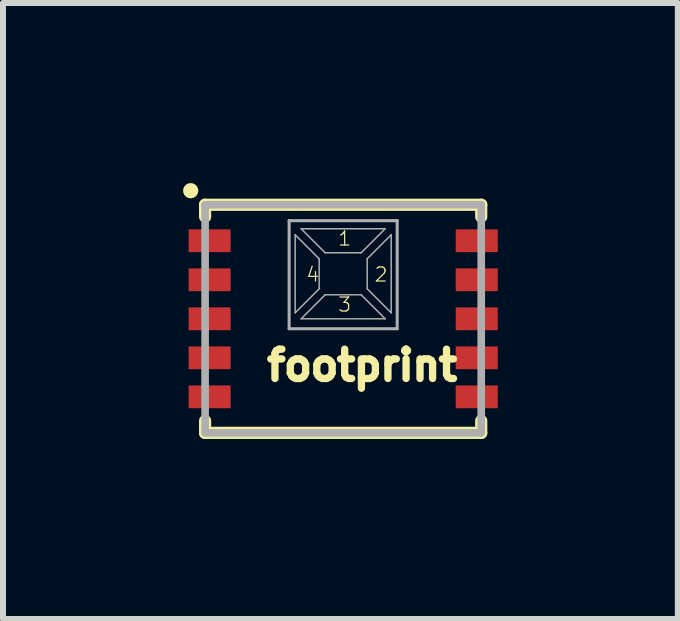
<source format=kicad_pcb>
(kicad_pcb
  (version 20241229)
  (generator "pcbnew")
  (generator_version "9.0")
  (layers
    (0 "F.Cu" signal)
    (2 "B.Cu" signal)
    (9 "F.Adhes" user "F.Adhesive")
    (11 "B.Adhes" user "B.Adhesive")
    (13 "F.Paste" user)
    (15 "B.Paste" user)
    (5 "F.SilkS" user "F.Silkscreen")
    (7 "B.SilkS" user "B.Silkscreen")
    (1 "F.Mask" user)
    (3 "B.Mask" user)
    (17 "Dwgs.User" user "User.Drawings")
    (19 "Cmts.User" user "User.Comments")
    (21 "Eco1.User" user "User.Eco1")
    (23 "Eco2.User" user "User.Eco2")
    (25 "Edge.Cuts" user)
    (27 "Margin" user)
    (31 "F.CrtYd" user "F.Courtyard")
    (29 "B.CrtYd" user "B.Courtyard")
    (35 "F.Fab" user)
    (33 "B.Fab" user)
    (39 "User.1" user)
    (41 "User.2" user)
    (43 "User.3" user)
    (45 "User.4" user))
  (footprint "footprint"
    (layer "F.Cu")
    (at 2.667 2.261)
    (property "Reference" "footprint" (at -1.333 1.06 0) (layer "F.SilkS") (effects (font (size 0.488 0.488) (thickness 0.122)) (justify left bottom)))
    (fp_line (start -2.3 -1.9) (end 2.3 -1.9) (stroke (width 0.203) (type solid)) (layer "F.SilkS"))
    (fp_line (start -2.3 -1.7) (end -2.3 -1.9) (stroke (width 0.203) (type solid)) (layer "F.SilkS"))
    (fp_line (start -2.3 1.7) (end -2.3 1.9) (stroke (width 0.203) (type solid)) (layer "F.SilkS"))
    (fp_line (start -2.3 1.9) (end 2.3 1.9) (stroke (width 0.203) (type solid)) (layer "F.SilkS"))
    (fp_line (start 2.3 -1.9) (end 2.3 -1.7) (stroke (width 0.203) (type solid)) (layer "F.SilkS"))
    (fp_line (start 2.3 1.9) (end 2.3 1.7) (stroke (width 0.203) (type solid)) (layer "F.SilkS"))
    (fp_circle (center -2.54 -2.134) (end -2.477 -2.134) (stroke (width 0.127) (type solid)) (fill yes) (layer "F.SilkS"))
    (fp_line (start -2.3 -1.9) (end 2.3 -1.9) (stroke (width 0.127) (type solid)) (layer "F.Fab"))
    (fp_line (start -2.3 1.9) (end -2.3 -1.9) (stroke (width 0.127) (type solid)) (layer "F.Fab"))
    (fp_line (start -0.9 -1.635) (end 0.9 -1.635) (stroke (width 0.051) (type solid)) (layer "F.Fab"))
    (fp_line (start -0.9 0.165) (end -0.9 -1.635) (stroke (width 0.051) (type solid)) (layer "F.Fab"))
    (fp_line (start -0.8 -1.4) (end -0.4 -1) (stroke (width 0.025) (type solid)) (layer "F.Fab"))
    (fp_line (start -0.8 -0.1) (end -0.8 -1.4) (stroke (width 0.025) (type solid)) (layer "F.Fab"))
    (fp_line (start -0.7 -1.5) (end 0.7 -1.5) (stroke (width 0.025) (type solid)) (layer "F.Fab"))
    (fp_line (start -0.7 0) (end -0.3 -0.4) (stroke (width 0.025) (type solid)) (layer "F.Fab"))
    (fp_line (start -0.4 -1) (end -0.4 -0.5) (stroke (width 0.025) (type solid)) (layer "F.Fab"))
    (fp_line (start -0.4 -0.5) (end -0.8 -0.1) (stroke (width 0.025) (type solid)) (layer "F.Fab"))
    (fp_line (start -0.3 -1.1) (end -0.7 -1.5) (stroke (width 0.025) (type solid)) (layer "F.Fab"))
    (fp_line (start -0.3 -0.4) (end 0.3 -0.4) (stroke (width 0.025) (type solid)) (layer "F.Fab"))
    (fp_line (start 0.3 -1.1) (end -0.3 -1.1) (stroke (width 0.025) (type solid)) (layer "F.Fab"))
    (fp_line (start 0.3 -0.4) (end 0.7 0) (stroke (width 0.025) (type solid)) (layer "F.Fab"))
    (fp_line (start 0.4 -1) (end 0.8 -1.4) (stroke (width 0.025) (type solid)) (layer "F.Fab"))
    (fp_line (start 0.4 -0.5) (end 0.4 -1) (stroke (width 0.025) (type solid)) (layer "F.Fab"))
    (fp_line (start 0.7 -1.5) (end 0.3 -1.1) (stroke (width 0.025) (type solid)) (layer "F.Fab"))
    (fp_line (start 0.7 0) (end -0.7 0) (stroke (width 0.025) (type solid)) (layer "F.Fab"))
    (fp_line (start 0.8 -1.4) (end 0.8 -0.1) (stroke (width 0.025) (type solid)) (layer "F.Fab"))
    (fp_line (start 0.8 -0.1) (end 0.4 -0.5) (stroke (width 0.025) (type solid)) (layer "F.Fab"))
    (fp_line (start 0.9 -1.635) (end 0.9 0.165) (stroke (width 0.051) (type solid)) (layer "F.Fab"))
    (fp_line (start 0.9 0.165) (end -0.9 0.165) (stroke (width 0.051) (type solid)) (layer "F.Fab"))
    (fp_line (start 2.3 -1.9) (end 2.3 1.9) (stroke (width 0.127) (type solid)) (layer "F.Fab"))
    (fp_line (start 2.3 1.9) (end -2.3 1.9) (stroke (width 0.127) (type solid)) (layer "F.Fab"))
    (fp_text user "4" (at -0.63 -0.6 0) (layer "F.SilkS") (effects (font (size 0.234 0.234) (thickness 0.02)) (justify left bottom)))
    (fp_text user "2" (at 0.506 -0.6 0) (layer "F.SilkS") (effects (font (size 0.234 0.234) (thickness 0.02)) (justify left bottom)))
    (fp_text user "3" (at -0.1 -0.1 0) (layer "F.SilkS") (effects (font (size 0.234 0.234) (thickness 0.02)) (justify left bottom)))
    (fp_text user "1" (at -0.1 -1.2 0) (layer "F.SilkS") (effects (font (size 0.234 0.234) (thickness 0.02)) (justify left bottom)))
    (pad "1" smd rect (at 2.225 -1.3) (size 0.7 0.38) (layers "F.Cu" "F.Mask" "F.Paste"))
    (pad "2" smd rect (at 2.225 -0.65) (size 0.7 0.38) (layers "F.Cu" "F.Mask" "F.Paste"))
    (pad "3" smd rect (at 2.225 0) (size 0.7 0.38) (layers "F.Cu" "F.Mask" "F.Paste"))
    (pad "4" smd rect (at 2.225 0.65) (size 0.7 0.38) (layers "F.Cu" "F.Mask" "F.Paste"))
    (pad "5" smd rect (at 2.225 1.3) (size 0.7 0.38) (layers "F.Cu" "F.Mask" "F.Paste"))
    (pad "6" smd rect (at -2.225 1.3) (size 0.7 0.38) (layers "F.Cu" "F.Mask" "F.Paste"))
    (pad "7" smd rect (at -2.225 0.65) (size 0.7 0.38) (layers "F.Cu" "F.Mask" "F.Paste"))
    (pad "8" smd rect (at -2.225 0) (size 0.7 0.38) (layers "F.Cu" "F.Mask" "F.Paste"))
    (pad "9" smd rect (at -2.225 -0.65) (size 0.7 0.38) (layers "F.Cu" "F.Mask" "F.Paste"))
    (pad "10" smd rect (at -2.225 -1.3) (size 0.7 0.38) (layers "F.Cu" "F.Mask" "F.Paste")))
  (gr_rect
    (start -3 -3)
    (end 8.242 7.262)
    (stroke (width 0.1) (type default))
    (fill no)
    (layer "Edge.Cuts")))
</source>
